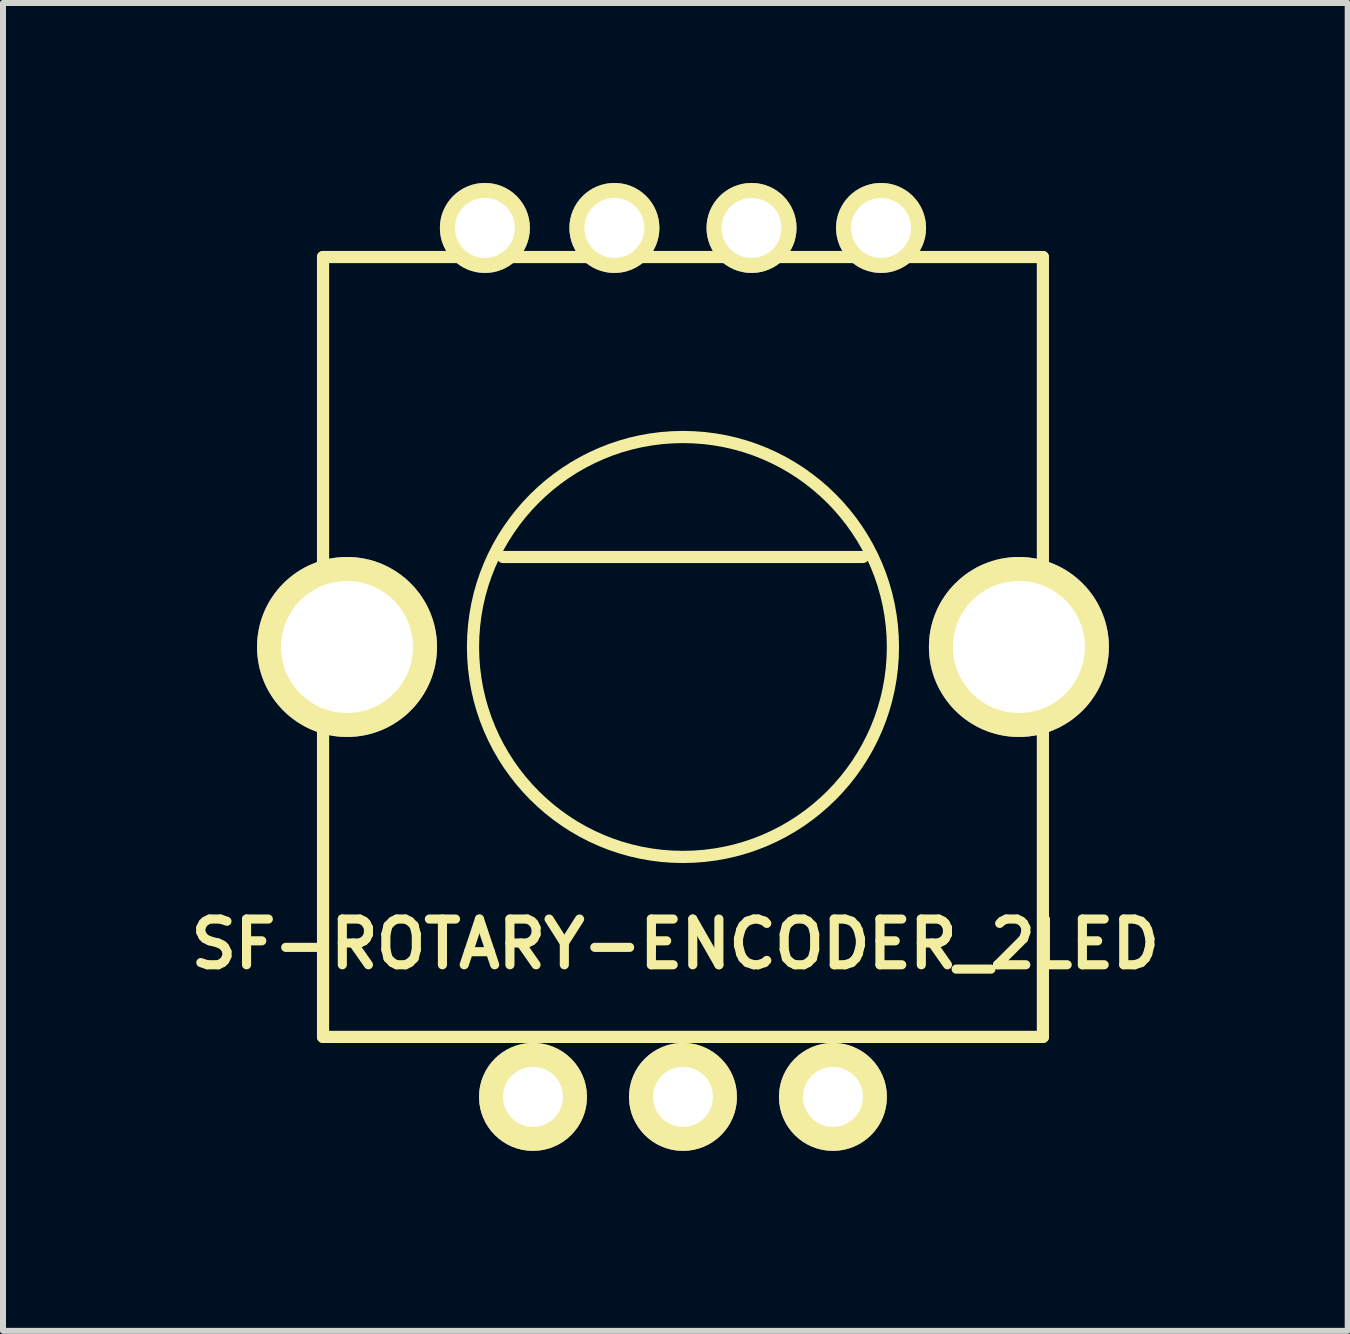
<source format=kicad_pcb>
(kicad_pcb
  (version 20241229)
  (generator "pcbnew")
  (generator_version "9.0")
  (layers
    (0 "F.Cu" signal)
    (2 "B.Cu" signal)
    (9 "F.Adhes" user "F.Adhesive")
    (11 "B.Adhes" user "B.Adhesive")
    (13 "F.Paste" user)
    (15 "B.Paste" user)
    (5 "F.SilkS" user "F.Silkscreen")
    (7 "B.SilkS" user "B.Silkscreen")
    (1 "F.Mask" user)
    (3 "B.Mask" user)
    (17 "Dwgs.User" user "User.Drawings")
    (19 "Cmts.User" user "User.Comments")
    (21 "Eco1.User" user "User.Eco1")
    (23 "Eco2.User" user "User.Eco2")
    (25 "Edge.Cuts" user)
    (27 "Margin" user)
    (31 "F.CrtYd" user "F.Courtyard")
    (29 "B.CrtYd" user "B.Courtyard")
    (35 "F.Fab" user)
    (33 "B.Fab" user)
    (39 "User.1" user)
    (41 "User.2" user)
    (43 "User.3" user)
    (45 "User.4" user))
  (footprint "SF-ROTARY-ENCODER_2LED"
    (layer "F.Cu")
    (at 8.335 7.735)
    (property "Reference" "SF-ROTARY-ENCODER_2LED" (at -0.127 4.953 0) (layer "F.SilkS") (effects (font (size 0.762 0.762) (thickness 0.152))))
    (attr through_hole)
    (fp_line (start -6 -6.5) (end 6 -6.5) (stroke (width 0.203) (type solid)) (layer "F.SilkS"))
    (fp_line (start -6 6.5) (end -6 -6.5) (stroke (width 0.203) (type solid)) (layer "F.SilkS"))
    (fp_line (start 3 -1.5) (end -3 -1.5) (stroke (width 0.203) (type solid)) (layer "F.SilkS"))
    (fp_line (start 6 -6.5) (end 6 6.5) (stroke (width 0.203) (type solid)) (layer "F.SilkS"))
    (fp_line (start 6 6.5) (end -6 6.5) (stroke (width 0.203) (type solid)) (layer "F.SilkS"))
    (fp_circle (center 0 0) (end 3.5 0) (stroke (width 0.203) (type solid)) (fill no) (layer "F.SilkS"))
    (pad "" thru_hole circle (at -5.6 0) (size 3 3) (drill 2.2) (layers "*.Cu" "*.Mask" "F.SilkS"))
    (pad "" thru_hole circle (at 5.6 0) (size 3 3) (drill 2.2) (layers "*.Cu" "*.Mask" "F.SilkS"))
    (pad "1" thru_hole circle (at 3.302 -6.985) (size 1.5 1.5) (drill 1) (layers "*.Cu" "*.Mask" "F.SilkS"))
    (pad "2" thru_hole circle (at 1.143 -6.985) (size 1.5 1.5) (drill 1) (layers "*.Cu" "*.Mask" "F.SilkS"))
    (pad "3" thru_hole circle (at -1.143 -6.985) (size 1.5 1.5) (drill 1) (layers "*.Cu" "*.Mask" "F.SilkS"))
    (pad "4" thru_hole circle (at -3.302 -6.985) (size 1.5 1.5) (drill 1) (layers "*.Cu" "*.Mask" "F.SilkS"))
    (pad "A" thru_hole circle (at -2.5 7.5) (size 1.8 1.8) (drill 1) (layers "*.Cu" "*.Mask" "F.SilkS"))
    (pad "B" thru_hole circle (at 2.5 7.5) (size 1.8 1.8) (drill 1) (layers "*.Cu" "*.Mask" "F.SilkS"))
    (pad "C" thru_hole circle (at 0 7.5) (size 1.8 1.8) (drill 1) (layers "*.Cu" "*.Mask" "F.SilkS")))
  (gr_rect
    (start -3 -3)
    (end 19.416 19.135)
    (stroke (width 0.1) (type default))
    (fill no)
    (layer "Edge.Cuts")))
</source>
